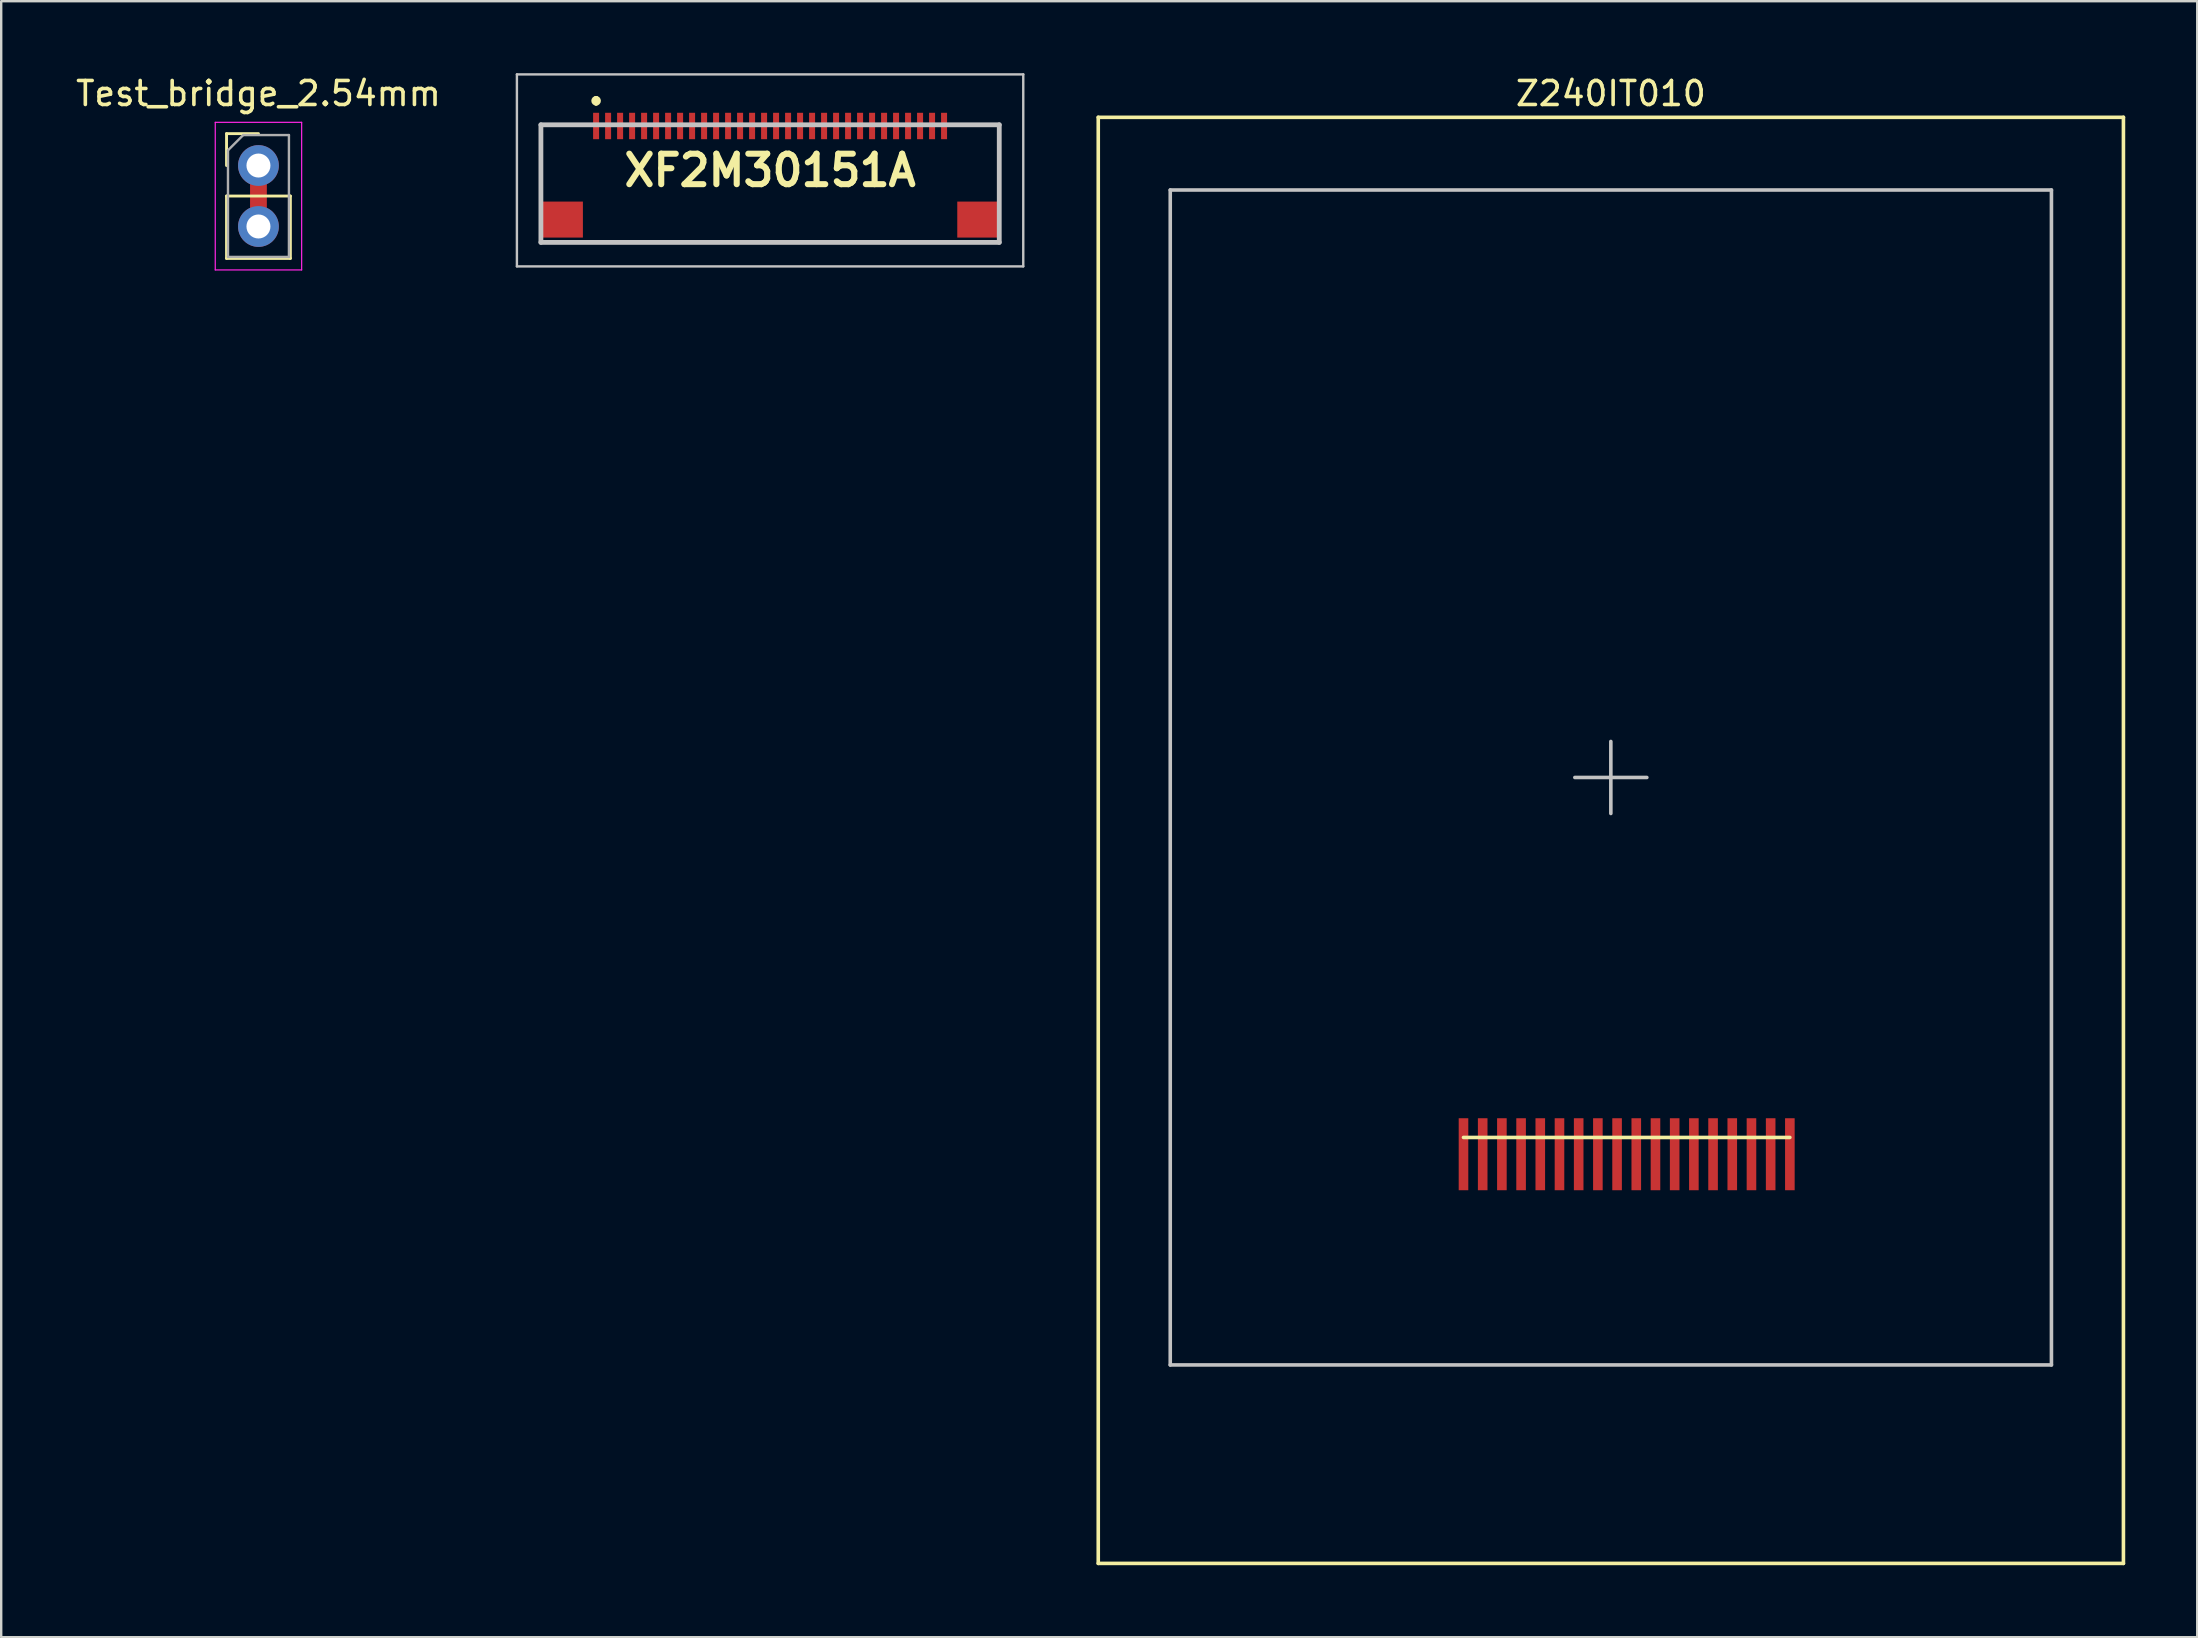
<source format=kicad_pcb>
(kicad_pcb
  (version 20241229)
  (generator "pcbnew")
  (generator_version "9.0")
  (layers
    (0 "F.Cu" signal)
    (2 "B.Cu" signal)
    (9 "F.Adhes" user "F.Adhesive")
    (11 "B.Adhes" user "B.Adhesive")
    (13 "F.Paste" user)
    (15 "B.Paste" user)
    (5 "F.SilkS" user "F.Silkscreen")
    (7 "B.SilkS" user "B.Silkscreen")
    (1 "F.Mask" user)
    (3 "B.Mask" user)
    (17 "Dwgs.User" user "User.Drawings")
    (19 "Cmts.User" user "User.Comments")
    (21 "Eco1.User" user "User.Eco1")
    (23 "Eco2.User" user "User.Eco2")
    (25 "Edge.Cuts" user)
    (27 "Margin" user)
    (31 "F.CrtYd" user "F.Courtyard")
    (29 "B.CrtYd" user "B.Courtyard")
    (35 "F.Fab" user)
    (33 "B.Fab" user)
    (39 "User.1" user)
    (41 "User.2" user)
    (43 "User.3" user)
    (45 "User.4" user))
  (footprint "Test_bridge_2.54mm"
    (layer "F.Cu")
    (at 7.72 4.848)
    (property "Reference" "Test_bridge_2.54mm" (at 0 -4 0) (layer "F.SilkS") (effects (font (size 1 1) (thickness 0.15))))
    (attr through_hole)
    (fp_poly (pts (xy -0.3 -0.5) (xy 0.3 -0.5) (xy 0.3 1) (xy -0.3 1)) (stroke (width 0.1) (type solid)) (fill yes) (layer "F.Cu"))
    (fp_line (start -1.33 -2.33) (end 0 -2.33) (stroke (width 0.12) (type solid)) (layer "F.SilkS"))
    (fp_line (start -1.33 -1) (end -1.33 -2.33) (stroke (width 0.12) (type solid)) (layer "F.SilkS"))
    (fp_line (start -1.33 0.27) (end -1.33 2.87) (stroke (width 0.12) (type solid)) (layer "F.SilkS"))
    (fp_line (start -1.33 0.27) (end 1.33 0.27) (stroke (width 0.12) (type solid)) (layer "F.SilkS"))
    (fp_line (start -1.33 2.87) (end 1.33 2.87) (stroke (width 0.12) (type solid)) (layer "F.SilkS"))
    (fp_line (start 1.33 0.27) (end 1.33 2.87) (stroke (width 0.12) (type solid)) (layer "F.SilkS"))
    (fp_line (start -1.8 -2.8) (end -1.8 3.35) (stroke (width 0.05) (type solid)) (layer "F.CrtYd"))
    (fp_line (start -1.8 3.35) (end 1.8 3.35) (stroke (width 0.05) (type solid)) (layer "F.CrtYd"))
    (fp_line (start 1.8 -2.8) (end -1.8 -2.8) (stroke (width 0.05) (type solid)) (layer "F.CrtYd"))
    (fp_line (start 1.8 3.35) (end 1.8 -2.8) (stroke (width 0.05) (type solid)) (layer "F.CrtYd"))
    (fp_line (start -1.27 -1.635) (end -0.635 -2.27) (stroke (width 0.1) (type solid)) (layer "F.Fab"))
    (fp_line (start -1.27 2.81) (end -1.27 -1.635) (stroke (width 0.1) (type solid)) (layer "F.Fab"))
    (fp_line (start -0.635 -2.27) (end 1.27 -2.27) (stroke (width 0.1) (type solid)) (layer "F.Fab"))
    (fp_line (start 1.27 -2.27) (end 1.27 2.81) (stroke (width 0.1) (type solid)) (layer "F.Fab"))
    (fp_line (start 1.27 2.81) (end -1.27 2.81) (stroke (width 0.1) (type solid)) (layer "F.Fab"))
    (pad "1" thru_hole circle (at 0 -1) (size 1.7 1.7) (drill 1) (layers "*.Cu" "*.Mask"))
    (pad "2" thru_hole oval (at 0 1.54) (size 1.7 1.7) (drill 1) (layers "*.Cu" "*.Mask")))
  (footprint "Z240IT010"
    (layer "F.Cu")
    (at 64.075 29.348)
    (property "Reference" "Z240IT010" (at 0 -28.5 0) (layer "F.SilkS") (effects (font (size 1 1) (thickness 0.15))))
    (attr through_hole)
    (fp_line (start -21.36 -27.51) (end 21.36 -27.51) (stroke (width 0.15) (type solid)) (layer "F.SilkS"))
    (fp_line (start -21.36 32.75) (end -21.36 -27.51) (stroke (width 0.15) (type solid)) (layer "F.SilkS"))
    (fp_line (start -6.14 15) (end 7.46 15) (stroke (width 0.15) (type solid)) (layer "F.SilkS"))
    (fp_line (start 21.36 -27.51) (end 21.36 32.75) (stroke (width 0.15) (type solid)) (layer "F.SilkS"))
    (fp_line (start 21.36 32.75) (end -21.36 32.75) (stroke (width 0.15) (type solid)) (layer "F.SilkS"))
    (fp_line (start -18.36 -24.48) (end 18.36 -24.48) (stroke (width 0.15) (type solid)) (layer "Dwgs.User"))
    (fp_line (start -18.36 24.48) (end -18.36 -24.48) (stroke (width 0.15) (type solid)) (layer "Dwgs.User"))
    (fp_line (start -1.5 0) (end 1.5 0) (stroke (width 0.15) (type solid)) (layer "Dwgs.User"))
    (fp_line (start 0 -1.5) (end 0 1.5) (stroke (width 0.15) (type solid)) (layer "Dwgs.User"))
    (fp_line (start 18.36 -24.48) (end 18.36 24.48) (stroke (width 0.15) (type solid)) (layer "Dwgs.User"))
    (fp_line (start 18.36 24.48) (end -18.36 24.48) (stroke (width 0.15) (type solid)) (layer "Dwgs.User"))
    (pad "1" smd rect (at -6.14 15.7 90) (size 3 0.4) (layers "F.Cu" "F.Mask" "F.Paste"))
    (pad "2" smd rect (at -5.34 15.7 90) (size 3 0.4) (layers "F.Cu" "F.Mask" "F.Paste"))
    (pad "3" smd rect (at -4.54 15.7 90) (size 3 0.4) (layers "F.Cu" "F.Mask" "F.Paste"))
    (pad "4" smd rect (at -3.74 15.7 90) (size 3 0.4) (layers "F.Cu" "F.Mask" "F.Paste"))
    (pad "5" smd rect (at -2.94 15.7 90) (size 3 0.4) (layers "F.Cu" "F.Mask" "F.Paste"))
    (pad "6" smd rect (at -2.14 15.7 90) (size 3 0.4) (layers "F.Cu" "F.Mask" "F.Paste"))
    (pad "7" smd rect (at -1.34 15.7 90) (size 3 0.4) (layers "F.Cu" "F.Mask" "F.Paste"))
    (pad "8" smd rect (at -0.54 15.7 90) (size 3 0.4) (layers "F.Cu" "F.Mask" "F.Paste"))
    (pad "9" smd rect (at 0.26 15.7 90) (size 3 0.4) (layers "F.Cu" "F.Mask" "F.Paste"))
    (pad "10" smd rect (at 1.06 15.7 90) (size 3 0.4) (layers "F.Cu" "F.Mask" "F.Paste"))
    (pad "11" smd rect (at 1.86 15.7 90) (size 3 0.4) (layers "F.Cu" "F.Mask" "F.Paste"))
    (pad "12" smd rect (at 2.66 15.7 90) (size 3 0.4) (layers "F.Cu" "F.Mask" "F.Paste"))
    (pad "13" smd rect (at 3.46 15.7 90) (size 3 0.4) (layers "F.Cu" "F.Mask" "F.Paste"))
    (pad "14" smd rect (at 4.26 15.7 90) (size 3 0.4) (layers "F.Cu" "F.Mask" "F.Paste"))
    (pad "15" smd rect (at 5.06 15.7 90) (size 3 0.4) (layers "F.Cu" "F.Mask" "F.Paste"))
    (pad "16" smd rect (at 5.86 15.7 90) (size 3 0.4) (layers "F.Cu" "F.Mask" "F.Paste"))
    (pad "17" smd rect (at 6.66 15.7 90) (size 3 0.4) (layers "F.Cu" "F.Mask" "F.Paste"))
    (pad "18" smd rect (at 7.46 15.7 90) (size 3 0.4) (layers "F.Cu" "F.Mask" "F.Paste")))
  (footprint "XF2M30151A"
    (layer "F.Cu")
    (at 29.04 4.05)
    (property "Reference" "XF2M30151A" (at 0 0 0) (layer "F.SilkS") (effects (font (size 1.27 1.27) (thickness 0.254))))
    (attr smd)
    (fp_line (start -9.55 -1.9) (end -9.55 0.6) (stroke (width 0.1) (type solid)) (layer "F.SilkS"))
    (fp_line (start -9.5 3) (end 9.5 3) (stroke (width 0.1) (type solid)) (layer "F.SilkS"))
    (fp_line (start -8 -1.9) (end -9.55 -1.9) (stroke (width 0.1) (type solid)) (layer "F.SilkS"))
    (fp_line (start -7.25 -3) (end -7.25 -3) (stroke (width 0.2) (type solid)) (layer "F.SilkS"))
    (fp_line (start -7.25 -2.8) (end -7.25 -2.8) (stroke (width 0.2) (type solid)) (layer "F.SilkS"))
    (fp_line (start 8 -1.9) (end 9.55 -1.9) (stroke (width 0.1) (type solid)) (layer "F.SilkS"))
    (fp_line (start 9.55 -1.9) (end 9.55 0.6) (stroke (width 0.1) (type solid)) (layer "F.SilkS"))
    (fp_arc (start -7.25 -3) (mid -7.15 -2.9) (end -7.25 -2.8) (stroke (width 0.2) (type solid)) (layer "F.SilkS"))
    (fp_arc (start -7.25 -2.8) (mid -7.35 -2.9) (end -7.25 -3) (stroke (width 0.2) (type solid)) (layer "F.SilkS"))
    (fp_line (start -10.55 -4) (end 10.55 -4) (stroke (width 0.1) (type solid)) (layer "Dwgs.User"))
    (fp_line (start -10.55 4) (end -10.55 -4) (stroke (width 0.1) (type solid)) (layer "Dwgs.User"))
    (fp_line (start -9.55 -1.9) (end 9.55 -1.9) (stroke (width 0.2) (type solid)) (layer "Dwgs.User"))
    (fp_line (start -9.55 3) (end -9.55 -1.9) (stroke (width 0.2) (type solid)) (layer "Dwgs.User"))
    (fp_line (start 9.55 -1.9) (end 9.55 3) (stroke (width 0.2) (type solid)) (layer "Dwgs.User"))
    (fp_line (start 9.55 3) (end -9.55 3) (stroke (width 0.2) (type solid)) (layer "Dwgs.User"))
    (fp_line (start 10.55 -4) (end 10.55 4) (stroke (width 0.1) (type solid)) (layer "Dwgs.User"))
    (fp_line (start 10.55 4) (end -10.55 4) (stroke (width 0.1) (type solid)) (layer "Dwgs.User"))
    (pad "1" smd rect (at -7.25 -1.85) (size 0.25 1.1) (layers "F.Cu" "F.Mask" "F.Paste"))
    (pad "2" smd rect (at -6.75 -1.85) (size 0.25 1.1) (layers "F.Cu" "F.Mask" "F.Paste"))
    (pad "3" smd rect (at -6.25 -1.85) (size 0.25 1.1) (layers "F.Cu" "F.Mask" "F.Paste"))
    (pad "4" smd rect (at -5.75 -1.85) (size 0.25 1.1) (layers "F.Cu" "F.Mask" "F.Paste"))
    (pad "5" smd rect (at -5.25 -1.85) (size 0.25 1.1) (layers "F.Cu" "F.Mask" "F.Paste"))
    (pad "6" smd rect (at -4.75 -1.85) (size 0.25 1.1) (layers "F.Cu" "F.Mask" "F.Paste"))
    (pad "7" smd rect (at -4.25 -1.85) (size 0.25 1.1) (layers "F.Cu" "F.Mask" "F.Paste"))
    (pad "8" smd rect (at -3.75 -1.85) (size 0.25 1.1) (layers "F.Cu" "F.Mask" "F.Paste"))
    (pad "9" smd rect (at -3.25 -1.85) (size 0.25 1.1) (layers "F.Cu" "F.Mask" "F.Paste"))
    (pad "10" smd rect (at -2.75 -1.85) (size 0.25 1.1) (layers "F.Cu" "F.Mask" "F.Paste"))
    (pad "11" smd rect (at -2.25 -1.85) (size 0.25 1.1) (layers "F.Cu" "F.Mask" "F.Paste"))
    (pad "12" smd rect (at -1.75 -1.85) (size 0.25 1.1) (layers "F.Cu" "F.Mask" "F.Paste"))
    (pad "13" smd rect (at -1.25 -1.85) (size 0.25 1.1) (layers "F.Cu" "F.Mask" "F.Paste"))
    (pad "14" smd rect (at -0.75 -1.85) (size 0.25 1.1) (layers "F.Cu" "F.Mask" "F.Paste"))
    (pad "15" smd rect (at -0.25 -1.85) (size 0.25 1.1) (layers "F.Cu" "F.Mask" "F.Paste"))
    (pad "16" smd rect (at 0.25 -1.85) (size 0.25 1.1) (layers "F.Cu" "F.Mask" "F.Paste"))
    (pad "17" smd rect (at 0.75 -1.85) (size 0.25 1.1) (layers "F.Cu" "F.Mask" "F.Paste"))
    (pad "18" smd rect (at 1.25 -1.85) (size 0.25 1.1) (layers "F.Cu" "F.Mask" "F.Paste"))
    (pad "19" smd rect (at 1.75 -1.85) (size 0.25 1.1) (layers "F.Cu" "F.Mask" "F.Paste"))
    (pad "20" smd rect (at 2.25 -1.85) (size 0.25 1.1) (layers "F.Cu" "F.Mask" "F.Paste"))
    (pad "21" smd rect (at 2.75 -1.85) (size 0.25 1.1) (layers "F.Cu" "F.Mask" "F.Paste"))
    (pad "22" smd rect (at 3.25 -1.85) (size 0.25 1.1) (layers "F.Cu" "F.Mask" "F.Paste"))
    (pad "23" smd rect (at 3.75 -1.85) (size 0.25 1.1) (layers "F.Cu" "F.Mask" "F.Paste"))
    (pad "24" smd rect (at 4.25 -1.85) (size 0.25 1.1) (layers "F.Cu" "F.Mask" "F.Paste"))
    (pad "25" smd rect (at 4.75 -1.85) (size 0.25 1.1) (layers "F.Cu" "F.Mask" "F.Paste"))
    (pad "26" smd rect (at 5.25 -1.85) (size 0.25 1.1) (layers "F.Cu" "F.Mask" "F.Paste"))
    (pad "27" smd rect (at 5.75 -1.85) (size 0.25 1.1) (layers "F.Cu" "F.Mask" "F.Paste"))
    (pad "28" smd rect (at 6.25 -1.85) (size 0.25 1.1) (layers "F.Cu" "F.Mask" "F.Paste"))
    (pad "29" smd rect (at 6.75 -1.85) (size 0.25 1.1) (layers "F.Cu" "F.Mask" "F.Paste"))
    (pad "30" smd rect (at 7.25 -1.85) (size 0.25 1.1) (layers "F.Cu" "F.Mask" "F.Paste"))
    (pad "31" smd rect (at -8.675 2.05 90) (size 1.5 1.75) (layers "F.Cu" "F.Mask" "F.Paste"))
    (pad "32" smd rect (at 8.675 2.05 90) (size 1.5 1.75) (layers "F.Cu" "F.Mask" "F.Paste")))
  (gr_rect
    (start -3 -3)
    (end 88.51 65.173)
    (stroke (width 0.1) (type default))
    (fill no)
    (layer "Edge.Cuts")))
</source>
